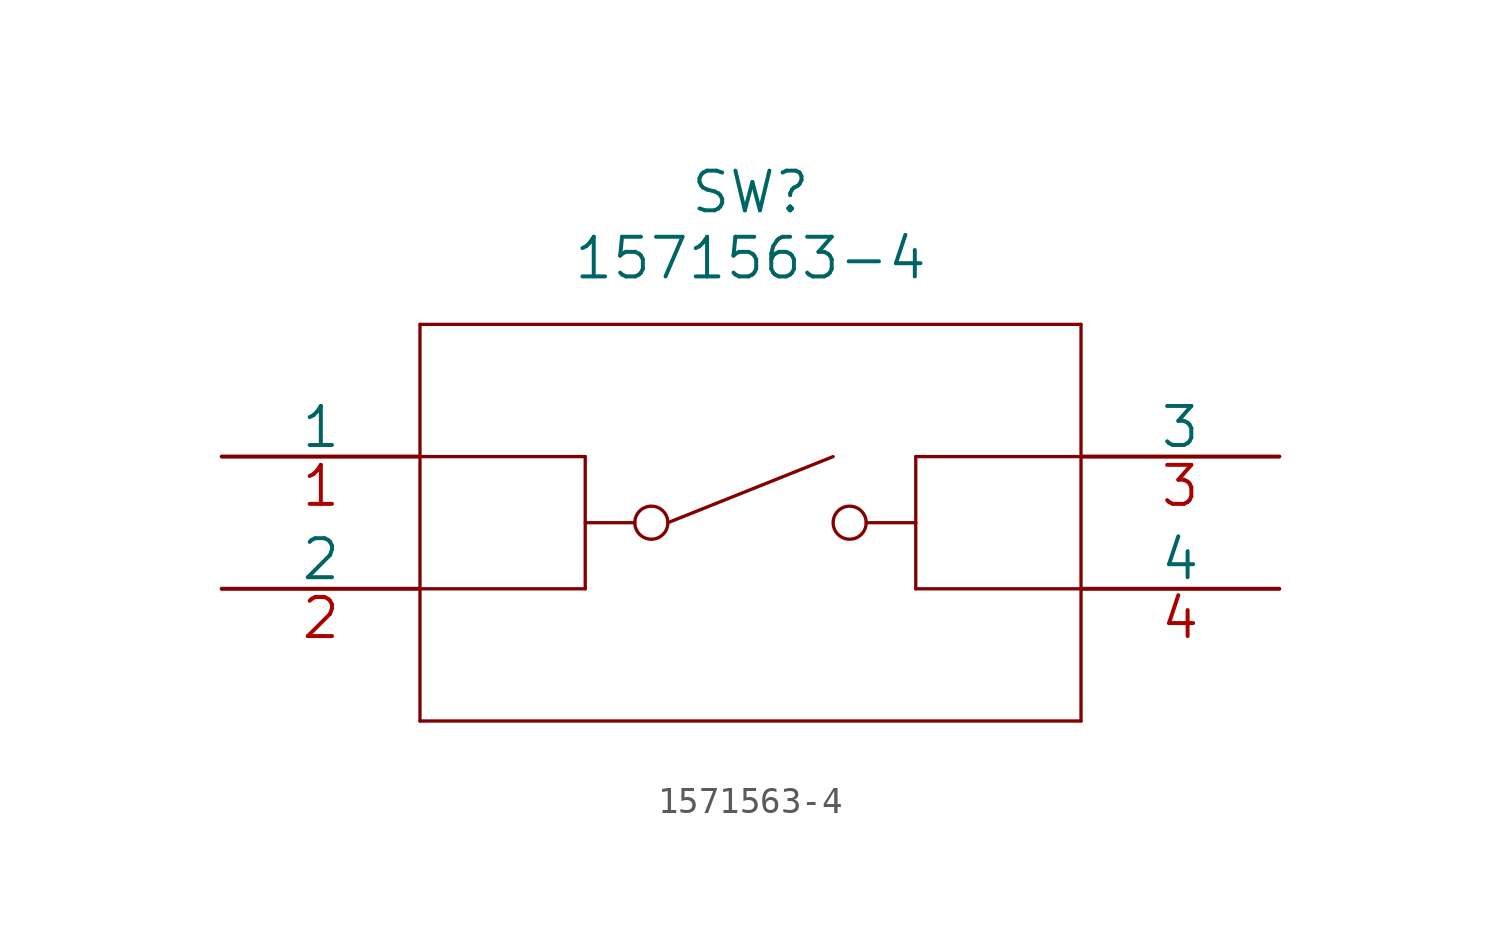
<source format=kicad_sym>
(kicad_symbol_lib
  (version 20201005)
  (generator kicad_symbol_editor)
  (symbol "1571563-4"
    (pin_names
      (offset 0))
    (property "Reference" "SW"
      (at 20.32 10.16 0)
      (effects (font (size 1.524 1.524))))
    (property "Value" "1571563-4"
      (at 20.32 7.62 0)
      (effects (font (size 1.524 1.524))))
    (property "Datasheet" ""
      (at 0 0 0)
      (effects (font (size 1.524 1.524))))
    (property "ki_locked" ""
      (at 0 0 0)
      (effects (font (size 1.27 1.27))))
    (symbol "1571563-4_1_1"
      (arc (start 17.145 -2.54) (end 17.145 -2.54) (radius (at 16.51 -2.54) (length 0.635) (angles 0 0)) (stroke (width 0.127)) (fill (type none)))
      (circle (center 16.51 -2.54) (radius 0.635) (stroke (width 0.127)) (fill (type none)))
      (circle (center 24.13 -2.54) (radius 0.635) (stroke (width 0.127)) (fill (type none)))
      (polyline (pts (xy 7.62 -10.16) (xy 33.02 -10.16)) (stroke (width 0.127)) (fill (type none)))
      (polyline (pts (xy 7.62 -5.08) (xy 13.97 -5.08)) (stroke (width 0.127)) (fill (type none)))
      (polyline (pts (xy 7.62 0) (xy 13.97 0)) (stroke (width 0.127)) (fill (type none)))
      (polyline (pts (xy 7.62 5.08) (xy 7.62 -10.16)) (stroke (width 0.127)) (fill (type none)))
      (polyline (pts (xy 13.97 -2.54) (xy 15.875 -2.54)) (stroke (width 0.127)) (fill (type none)))
      (polyline (pts (xy 13.97 0) (xy 13.97 -5.08)) (stroke (width 0.127)) (fill (type none)))
      (polyline (pts (xy 23.495 0) (xy 17.145 -2.54)) (stroke (width 0.127)) (fill (type none)))
      (polyline (pts (xy 24.765 -2.54) (xy 26.67 -2.54)) (stroke (width 0.127)) (fill (type none)))
      (polyline (pts (xy 26.67 -5.08) (xy 33.02 -5.08)) (stroke (width 0.127)) (fill (type none)))
      (polyline (pts (xy 26.67 0) (xy 26.67 -5.08)) (stroke (width 0.127)) (fill (type none)))
      (polyline (pts (xy 26.67 0) (xy 33.02 0)) (stroke (width 0.127)) (fill (type none)))
      (polyline (pts (xy 33.02 -10.16) (xy 33.02 5.08)) (stroke (width 0.127)) (fill (type none)))
      (polyline (pts (xy 33.02 5.08) (xy 7.62 5.08)) (stroke (width 0.127)) (fill (type none)))
      (pin unspecified line (at 0 0 0) (length 7.62) (name "1" (effects (font (size 1.499 1.499)))) (number "1" (effects (font (size 1.499 1.499)))))
      (pin unspecified line (at 0 -5.08 0) (length 7.62) (name "2" (effects (font (size 1.499 1.499)))) (number "2" (effects (font (size 1.499 1.499)))))
      (pin unspecified line (at 40.64 0 180) (length 7.62) (name "3" (effects (font (size 1.499 1.499)))) (number "3" (effects (font (size 1.499 1.499)))))
      (pin unspecified line (at 40.64 -5.08 180) (length 7.62) (name "4" (effects (font (size 1.499 1.499)))) (number "4" (effects (font (size 1.499 1.499))))))))
</source>
